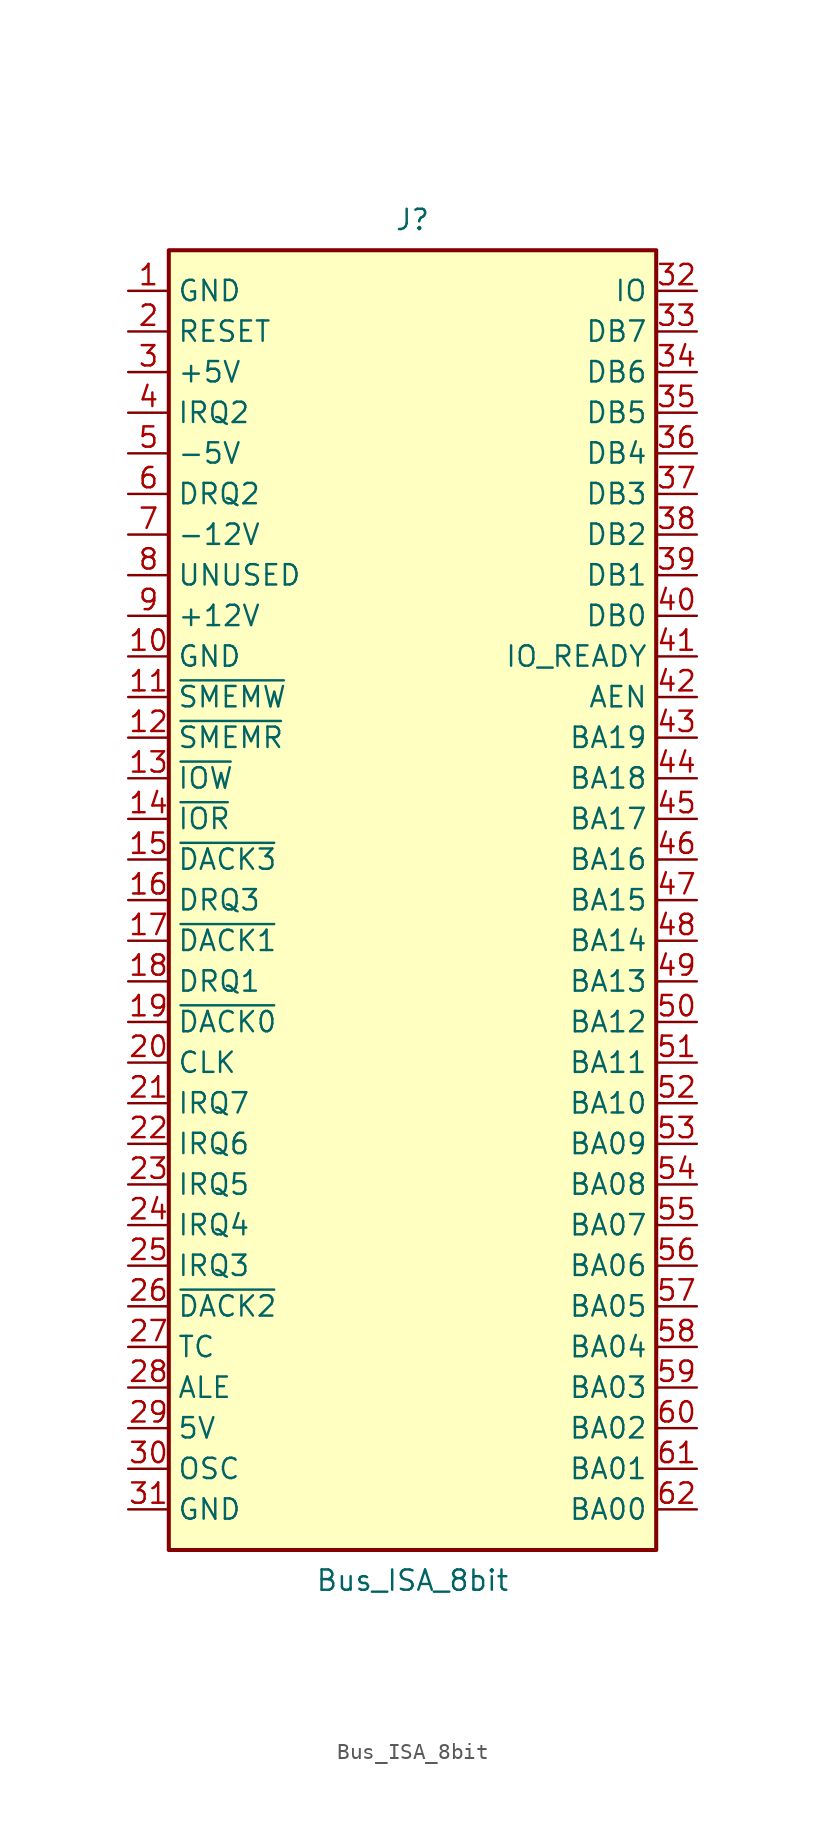
<source format=kicad_sym>
(kicad_symbol_lib
  (version 20211014)
  (generator kicad_symbol_editor)
  (symbol "Bus_ISA_8bit"
    (property "Reference" "J"
      (at 0 42.545 0)
      (effects (font (size 1.27 1.27))))
    (property "Value" "Bus_ISA_8bit"
      (at 0 -42.545 0)
      (effects (font (size 1.27 1.27))))
    (symbol "Bus_ISA_8bit_0_1"
      (rectangle (start -15.24 -40.64) (end 15.24 40.64) (stroke (width 0.254) (type default) (color 0 0 0 0)) (fill (type background))))
    (symbol "Bus_ISA_8bit_1_1"
      (pin power_in line (at -17.78 38.1 0) (length 2.54) (name "GND" (effects (font (size 1.27 1.27)))) (number "1" (effects (font (size 1.27 1.27)))))
      (pin power_in line (at -17.78 15.24 0) (length 2.54) (name "GND" (effects (font (size 1.27 1.27)))) (number "10" (effects (font (size 1.27 1.27)))))
      (pin output line (at -17.78 12.7 0) (length 2.54) (name "~{SMEMW}" (effects (font (size 1.27 1.27)))) (number "11" (effects (font (size 1.27 1.27)))))
      (pin output line (at -17.78 10.16 0) (length 2.54) (name "~{SMEMR}" (effects (font (size 1.27 1.27)))) (number "12" (effects (font (size 1.27 1.27)))))
      (pin output line (at -17.78 7.62 0) (length 2.54) (name "~{IOW}" (effects (font (size 1.27 1.27)))) (number "13" (effects (font (size 1.27 1.27)))))
      (pin output line (at -17.78 5.08 0) (length 2.54) (name "~{IOR}" (effects (font (size 1.27 1.27)))) (number "14" (effects (font (size 1.27 1.27)))))
      (pin passive line (at -17.78 2.54 0) (length 2.54) (name "~{DACK3}" (effects (font (size 1.27 1.27)))) (number "15" (effects (font (size 1.27 1.27)))))
      (pin passive line (at -17.78 0 0) (length 2.54) (name "DRQ3" (effects (font (size 1.27 1.27)))) (number "16" (effects (font (size 1.27 1.27)))))
      (pin passive line (at -17.78 -2.54 0) (length 2.54) (name "~{DACK1}" (effects (font (size 1.27 1.27)))) (number "17" (effects (font (size 1.27 1.27)))))
      (pin passive line (at -17.78 -5.08 0) (length 2.54) (name "DRQ1" (effects (font (size 1.27 1.27)))) (number "18" (effects (font (size 1.27 1.27)))))
      (pin passive line (at -17.78 -7.62 0) (length 2.54) (name "~{DACK0}" (effects (font (size 1.27 1.27)))) (number "19" (effects (font (size 1.27 1.27)))))
      (pin output line (at -17.78 35.56 0) (length 2.54) (name "RESET" (effects (font (size 1.27 1.27)))) (number "2" (effects (font (size 1.27 1.27)))))
      (pin output line (at -17.78 -10.16 0) (length 2.54) (name "CLK" (effects (font (size 1.27 1.27)))) (number "20" (effects (font (size 1.27 1.27)))))
      (pin passive line (at -17.78 -12.7 0) (length 2.54) (name "IRQ7" (effects (font (size 1.27 1.27)))) (number "21" (effects (font (size 1.27 1.27)))))
      (pin passive line (at -17.78 -15.24 0) (length 2.54) (name "IRQ6" (effects (font (size 1.27 1.27)))) (number "22" (effects (font (size 1.27 1.27)))))
      (pin passive line (at -17.78 -17.78 0) (length 2.54) (name "IRQ5" (effects (font (size 1.27 1.27)))) (number "23" (effects (font (size 1.27 1.27)))))
      (pin passive line (at -17.78 -20.32 0) (length 2.54) (name "IRQ4" (effects (font (size 1.27 1.27)))) (number "24" (effects (font (size 1.27 1.27)))))
      (pin passive line (at -17.78 -22.86 0) (length 2.54) (name "IRQ3" (effects (font (size 1.27 1.27)))) (number "25" (effects (font (size 1.27 1.27)))))
      (pin passive line (at -17.78 -25.4 0) (length 2.54) (name "~{DACK2}" (effects (font (size 1.27 1.27)))) (number "26" (effects (font (size 1.27 1.27)))))
      (pin passive line (at -17.78 -27.94 0) (length 2.54) (name "TC" (effects (font (size 1.27 1.27)))) (number "27" (effects (font (size 1.27 1.27)))))
      (pin output line (at -17.78 -30.48 0) (length 2.54) (name "ALE" (effects (font (size 1.27 1.27)))) (number "28" (effects (font (size 1.27 1.27)))))
      (pin power_in line (at -17.78 -33.02 0) (length 2.54) (name "5V" (effects (font (size 1.27 1.27)))) (number "29" (effects (font (size 1.27 1.27)))))
      (pin power_in line (at -17.78 33.02 0) (length 2.54) (name "+5V" (effects (font (size 1.27 1.27)))) (number "3" (effects (font (size 1.27 1.27)))))
      (pin output line (at -17.78 -35.56 0) (length 2.54) (name "OSC" (effects (font (size 1.27 1.27)))) (number "30" (effects (font (size 1.27 1.27)))))
      (pin power_in line (at -17.78 -38.1 0) (length 2.54) (name "GND" (effects (font (size 1.27 1.27)))) (number "31" (effects (font (size 1.27 1.27)))))
      (pin passive line (at 17.78 38.1 180) (length 2.54) (name "IO" (effects (font (size 1.27 1.27)))) (number "32" (effects (font (size 1.27 1.27)))))
      (pin tri_state line (at 17.78 35.56 180) (length 2.54) (name "DB7" (effects (font (size 1.27 1.27)))) (number "33" (effects (font (size 1.27 1.27)))))
      (pin tri_state line (at 17.78 33.02 180) (length 2.54) (name "DB6" (effects (font (size 1.27 1.27)))) (number "34" (effects (font (size 1.27 1.27)))))
      (pin tri_state line (at 17.78 30.48 180) (length 2.54) (name "DB5" (effects (font (size 1.27 1.27)))) (number "35" (effects (font (size 1.27 1.27)))))
      (pin tri_state line (at 17.78 27.94 180) (length 2.54) (name "DB4" (effects (font (size 1.27 1.27)))) (number "36" (effects (font (size 1.27 1.27)))))
      (pin tri_state line (at 17.78 25.4 180) (length 2.54) (name "DB3" (effects (font (size 1.27 1.27)))) (number "37" (effects (font (size 1.27 1.27)))))
      (pin tri_state line (at 17.78 22.86 180) (length 2.54) (name "DB2" (effects (font (size 1.27 1.27)))) (number "38" (effects (font (size 1.27 1.27)))))
      (pin tri_state line (at 17.78 20.32 180) (length 2.54) (name "DB1" (effects (font (size 1.27 1.27)))) (number "39" (effects (font (size 1.27 1.27)))))
      (pin passive line (at -17.78 30.48 0) (length 2.54) (name "IRQ2" (effects (font (size 1.27 1.27)))) (number "4" (effects (font (size 1.27 1.27)))))
      (pin tri_state line (at 17.78 17.78 180) (length 2.54) (name "DB0" (effects (font (size 1.27 1.27)))) (number "40" (effects (font (size 1.27 1.27)))))
      (pin passive line (at 17.78 15.24 180) (length 2.54) (name "IO_READY" (effects (font (size 1.27 1.27)))) (number "41" (effects (font (size 1.27 1.27)))))
      (pin output line (at 17.78 12.7 180) (length 2.54) (name "AEN" (effects (font (size 1.27 1.27)))) (number "42" (effects (font (size 1.27 1.27)))))
      (pin tri_state line (at 17.78 10.16 180) (length 2.54) (name "BA19" (effects (font (size 1.27 1.27)))) (number "43" (effects (font (size 1.27 1.27)))))
      (pin tri_state line (at 17.78 7.62 180) (length 2.54) (name "BA18" (effects (font (size 1.27 1.27)))) (number "44" (effects (font (size 1.27 1.27)))))
      (pin tri_state line (at 17.78 5.08 180) (length 2.54) (name "BA17" (effects (font (size 1.27 1.27)))) (number "45" (effects (font (size 1.27 1.27)))))
      (pin tri_state line (at 17.78 2.54 180) (length 2.54) (name "BA16" (effects (font (size 1.27 1.27)))) (number "46" (effects (font (size 1.27 1.27)))))
      (pin tri_state line (at 17.78 0 180) (length 2.54) (name "BA15" (effects (font (size 1.27 1.27)))) (number "47" (effects (font (size 1.27 1.27)))))
      (pin tri_state line (at 17.78 -2.54 180) (length 2.54) (name "BA14" (effects (font (size 1.27 1.27)))) (number "48" (effects (font (size 1.27 1.27)))))
      (pin tri_state line (at 17.78 -5.08 180) (length 2.54) (name "BA13" (effects (font (size 1.27 1.27)))) (number "49" (effects (font (size 1.27 1.27)))))
      (pin power_in line (at -17.78 27.94 0) (length 2.54) (name "-5V" (effects (font (size 1.27 1.27)))) (number "5" (effects (font (size 1.27 1.27)))))
      (pin tri_state line (at 17.78 -7.62 180) (length 2.54) (name "BA12" (effects (font (size 1.27 1.27)))) (number "50" (effects (font (size 1.27 1.27)))))
      (pin tri_state line (at 17.78 -10.16 180) (length 2.54) (name "BA11" (effects (font (size 1.27 1.27)))) (number "51" (effects (font (size 1.27 1.27)))))
      (pin tri_state line (at 17.78 -12.7 180) (length 2.54) (name "BA10" (effects (font (size 1.27 1.27)))) (number "52" (effects (font (size 1.27 1.27)))))
      (pin tri_state line (at 17.78 -15.24 180) (length 2.54) (name "BA09" (effects (font (size 1.27 1.27)))) (number "53" (effects (font (size 1.27 1.27)))))
      (pin tri_state line (at 17.78 -17.78 180) (length 2.54) (name "BA08" (effects (font (size 1.27 1.27)))) (number "54" (effects (font (size 1.27 1.27)))))
      (pin tri_state line (at 17.78 -20.32 180) (length 2.54) (name "BA07" (effects (font (size 1.27 1.27)))) (number "55" (effects (font (size 1.27 1.27)))))
      (pin tri_state line (at 17.78 -22.86 180) (length 2.54) (name "BA06" (effects (font (size 1.27 1.27)))) (number "56" (effects (font (size 1.27 1.27)))))
      (pin tri_state line (at 17.78 -25.4 180) (length 2.54) (name "BA05" (effects (font (size 1.27 1.27)))) (number "57" (effects (font (size 1.27 1.27)))))
      (pin tri_state line (at 17.78 -27.94 180) (length 2.54) (name "BA04" (effects (font (size 1.27 1.27)))) (number "58" (effects (font (size 1.27 1.27)))))
      (pin tri_state line (at 17.78 -30.48 180) (length 2.54) (name "BA03" (effects (font (size 1.27 1.27)))) (number "59" (effects (font (size 1.27 1.27)))))
      (pin passive line (at -17.78 25.4 0) (length 2.54) (name "DRQ2" (effects (font (size 1.27 1.27)))) (number "6" (effects (font (size 1.27 1.27)))))
      (pin tri_state line (at 17.78 -33.02 180) (length 2.54) (name "BA02" (effects (font (size 1.27 1.27)))) (number "60" (effects (font (size 1.27 1.27)))))
      (pin tri_state line (at 17.78 -35.56 180) (length 2.54) (name "BA01" (effects (font (size 1.27 1.27)))) (number "61" (effects (font (size 1.27 1.27)))))
      (pin tri_state line (at 17.78 -38.1 180) (length 2.54) (name "BA00" (effects (font (size 1.27 1.27)))) (number "62" (effects (font (size 1.27 1.27)))))
      (pin power_in line (at -17.78 22.86 0) (length 2.54) (name "-12V" (effects (font (size 1.27 1.27)))) (number "7" (effects (font (size 1.27 1.27)))))
      (pin passive line (at -17.78 20.32 0) (length 2.54) (name "UNUSED" (effects (font (size 1.27 1.27)))) (number "8" (effects (font (size 1.27 1.27)))))
      (pin power_in line (at -17.78 17.78 0) (length 2.54) (name "+12V" (effects (font (size 1.27 1.27)))) (number "9" (effects (font (size 1.27 1.27))))))))
</source>
